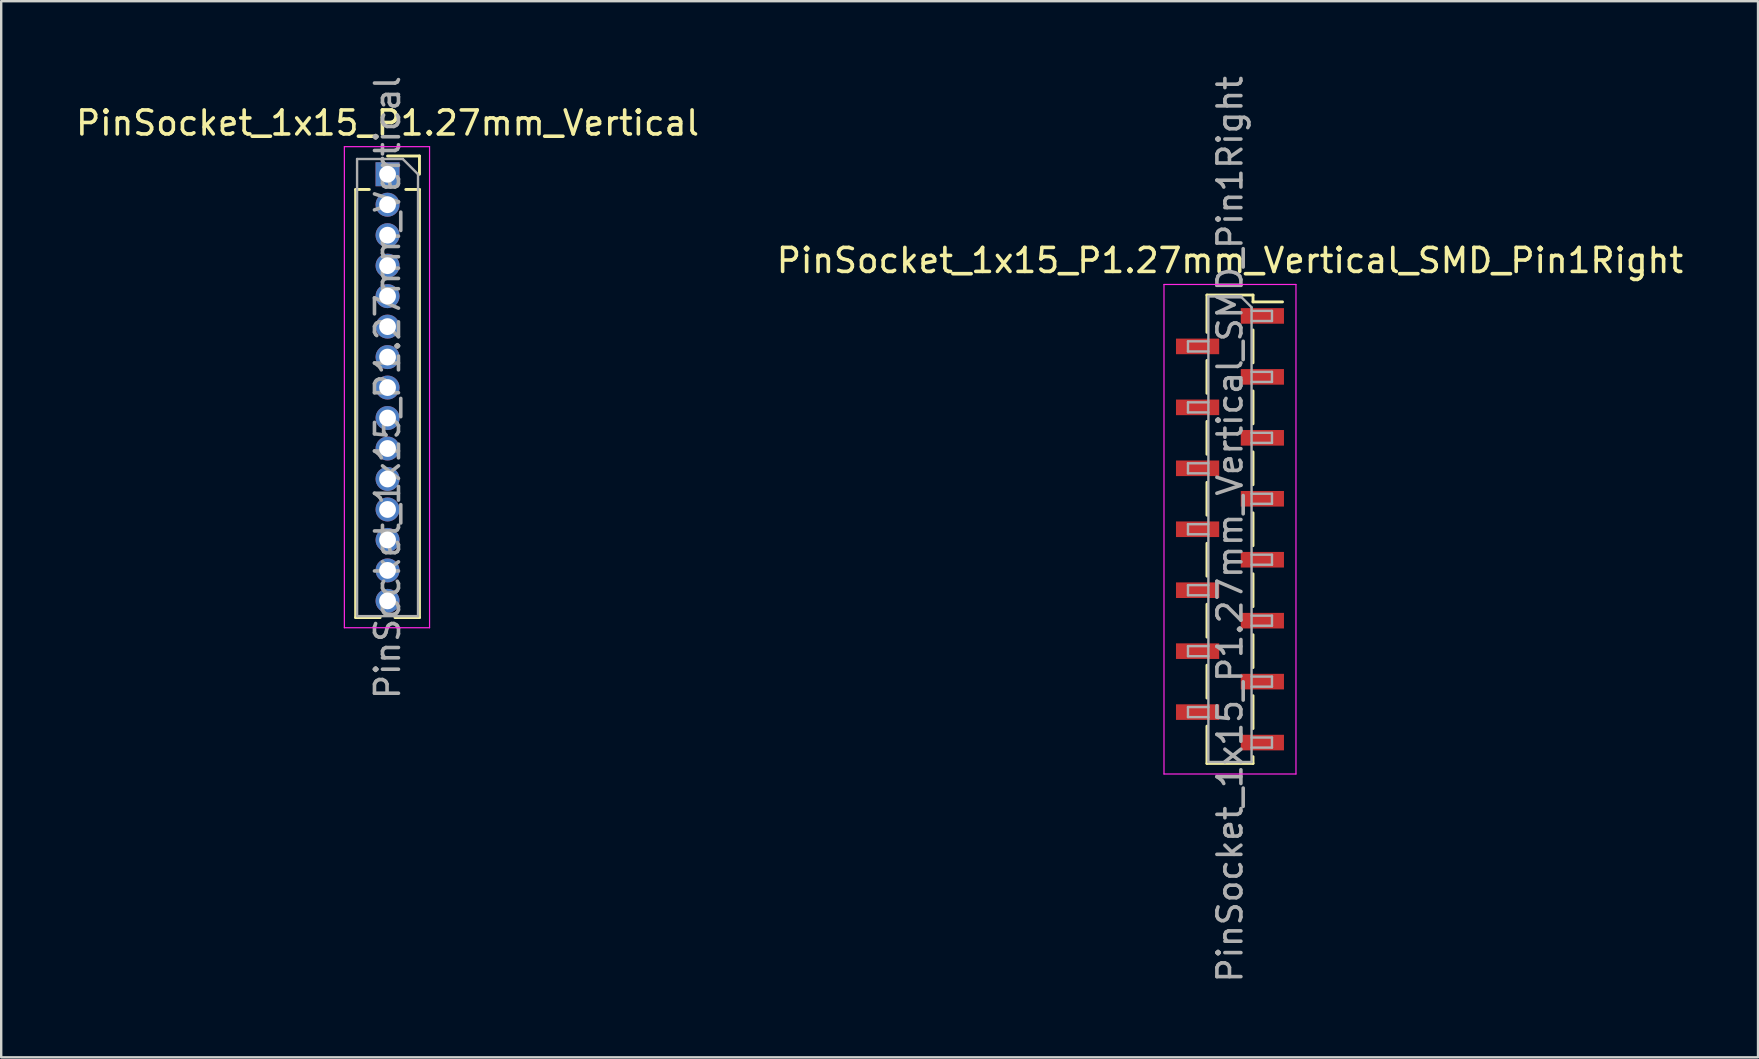
<source format=kicad_pcb>
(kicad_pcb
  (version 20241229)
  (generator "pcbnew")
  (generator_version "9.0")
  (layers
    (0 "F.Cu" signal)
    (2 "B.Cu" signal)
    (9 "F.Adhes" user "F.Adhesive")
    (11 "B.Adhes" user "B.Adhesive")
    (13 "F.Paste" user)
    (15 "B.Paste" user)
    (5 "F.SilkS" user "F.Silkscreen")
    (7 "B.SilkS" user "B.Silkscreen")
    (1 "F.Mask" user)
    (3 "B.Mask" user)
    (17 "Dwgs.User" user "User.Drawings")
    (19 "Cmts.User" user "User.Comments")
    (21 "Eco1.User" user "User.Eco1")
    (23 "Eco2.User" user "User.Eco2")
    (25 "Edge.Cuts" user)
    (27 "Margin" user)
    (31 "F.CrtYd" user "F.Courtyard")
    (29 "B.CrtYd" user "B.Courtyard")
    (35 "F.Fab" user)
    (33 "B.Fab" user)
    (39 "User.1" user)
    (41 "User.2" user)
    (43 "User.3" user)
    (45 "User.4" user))
  (footprint "PinSocket_1x15_P1.27mm_Vertical_SMD_Pin1Right"
    (layer "F.Cu")
    (at 48.208 19.006)
    (property "Reference" "PinSocket_1x15_P1.27mm_Vertical_SMD_Pin1Right" (at 0 -11.2 0) (layer "F.SilkS") (effects (font (size 1 1) (thickness 0.15))))
    (attr smd)
    (fp_line (start -0.96 -9.76) (end -0.96 -8.205) (stroke (width 0.12) (type solid)) (layer "F.SilkS"))
    (fp_line (start -0.96 -9.76) (end 0.96 -9.76) (stroke (width 0.12) (type solid)) (layer "F.SilkS"))
    (fp_line (start -0.96 -7.035) (end -0.96 -5.665) (stroke (width 0.12) (type solid)) (layer "F.SilkS"))
    (fp_line (start -0.96 -4.495) (end -0.96 -3.125) (stroke (width 0.12) (type solid)) (layer "F.SilkS"))
    (fp_line (start -0.96 -1.955) (end -0.96 -0.585) (stroke (width 0.12) (type solid)) (layer "F.SilkS"))
    (fp_line (start -0.96 0.585) (end -0.96 1.955) (stroke (width 0.12) (type solid)) (layer "F.SilkS"))
    (fp_line (start -0.96 3.125) (end -0.96 4.495) (stroke (width 0.12) (type solid)) (layer "F.SilkS"))
    (fp_line (start -0.96 5.665) (end -0.96 7.035) (stroke (width 0.12) (type solid)) (layer "F.SilkS"))
    (fp_line (start -0.96 8.205) (end -0.96 9.76) (stroke (width 0.12) (type solid)) (layer "F.SilkS"))
    (fp_line (start -0.96 9.76) (end 0.96 9.76) (stroke (width 0.12) (type solid)) (layer "F.SilkS"))
    (fp_line (start 0.96 -9.76) (end 0.96 -9.475) (stroke (width 0.12) (type solid)) (layer "F.SilkS"))
    (fp_line (start 0.96 -9.475) (end 2.19 -9.475) (stroke (width 0.12) (type solid)) (layer "F.SilkS"))
    (fp_line (start 0.96 -8.305) (end 0.96 -6.935) (stroke (width 0.12) (type solid)) (layer "F.SilkS"))
    (fp_line (start 0.96 -5.765) (end 0.96 -4.395) (stroke (width 0.12) (type solid)) (layer "F.SilkS"))
    (fp_line (start 0.96 -3.225) (end 0.96 -1.855) (stroke (width 0.12) (type solid)) (layer "F.SilkS"))
    (fp_line (start 0.96 -0.685) (end 0.96 0.685) (stroke (width 0.12) (type solid)) (layer "F.SilkS"))
    (fp_line (start 0.96 1.855) (end 0.96 3.225) (stroke (width 0.12) (type solid)) (layer "F.SilkS"))
    (fp_line (start 0.96 4.395) (end 0.96 5.765) (stroke (width 0.12) (type solid)) (layer "F.SilkS"))
    (fp_line (start 0.96 6.935) (end 0.96 8.305) (stroke (width 0.12) (type solid)) (layer "F.SilkS"))
    (fp_line (start 0.96 9.475) (end 0.96 9.76) (stroke (width 0.12) (type solid)) (layer "F.SilkS"))
    (fp_line (start -2.75 -10.2) (end 2.75 -10.2) (stroke (width 0.05) (type solid)) (layer "F.CrtYd"))
    (fp_line (start -2.75 10.2) (end -2.75 -10.2) (stroke (width 0.05) (type solid)) (layer "F.CrtYd"))
    (fp_line (start 2.75 -10.2) (end 2.75 10.2) (stroke (width 0.05) (type solid)) (layer "F.CrtYd"))
    (fp_line (start 2.75 10.2) (end -2.75 10.2) (stroke (width 0.05) (type solid)) (layer "F.CrtYd"))
    (fp_line (start -1.75 -7.83) (end -0.9 -7.83) (stroke (width 0.1) (type solid)) (layer "F.Fab"))
    (fp_line (start -1.75 -7.41) (end -1.75 -7.83) (stroke (width 0.1) (type solid)) (layer "F.Fab"))
    (fp_line (start -1.75 -5.29) (end -0.9 -5.29) (stroke (width 0.1) (type solid)) (layer "F.Fab"))
    (fp_line (start -1.75 -4.87) (end -1.75 -5.29) (stroke (width 0.1) (type solid)) (layer "F.Fab"))
    (fp_line (start -1.75 -2.75) (end -0.9 -2.75) (stroke (width 0.1) (type solid)) (layer "F.Fab"))
    (fp_line (start -1.75 -2.33) (end -1.75 -2.75) (stroke (width 0.1) (type solid)) (layer "F.Fab"))
    (fp_line (start -1.75 -0.21) (end -0.9 -0.21) (stroke (width 0.1) (type solid)) (layer "F.Fab"))
    (fp_line (start -1.75 0.21) (end -1.75 -0.21) (stroke (width 0.1) (type solid)) (layer "F.Fab"))
    (fp_line (start -1.75 2.33) (end -0.9 2.33) (stroke (width 0.1) (type solid)) (layer "F.Fab"))
    (fp_line (start -1.75 2.75) (end -1.75 2.33) (stroke (width 0.1) (type solid)) (layer "F.Fab"))
    (fp_line (start -1.75 4.87) (end -0.9 4.87) (stroke (width 0.1) (type solid)) (layer "F.Fab"))
    (fp_line (start -1.75 5.29) (end -1.75 4.87) (stroke (width 0.1) (type solid)) (layer "F.Fab"))
    (fp_line (start -1.75 7.41) (end -0.9 7.41) (stroke (width 0.1) (type solid)) (layer "F.Fab"))
    (fp_line (start -1.75 7.83) (end -1.75 7.41) (stroke (width 0.1) (type solid)) (layer "F.Fab"))
    (fp_line (start -0.9 -9.7) (end 0.45 -9.7) (stroke (width 0.1) (type solid)) (layer "F.Fab"))
    (fp_line (start -0.9 -7.41) (end -1.75 -7.41) (stroke (width 0.1) (type solid)) (layer "F.Fab"))
    (fp_line (start -0.9 -4.87) (end -1.75 -4.87) (stroke (width 0.1) (type solid)) (layer "F.Fab"))
    (fp_line (start -0.9 -2.33) (end -1.75 -2.33) (stroke (width 0.1) (type solid)) (layer "F.Fab"))
    (fp_line (start -0.9 0.21) (end -1.75 0.21) (stroke (width 0.1) (type solid)) (layer "F.Fab"))
    (fp_line (start -0.9 2.75) (end -1.75 2.75) (stroke (width 0.1) (type solid)) (layer "F.Fab"))
    (fp_line (start -0.9 5.29) (end -1.75 5.29) (stroke (width 0.1) (type solid)) (layer "F.Fab"))
    (fp_line (start -0.9 7.83) (end -1.75 7.83) (stroke (width 0.1) (type solid)) (layer "F.Fab"))
    (fp_line (start -0.9 9.7) (end -0.9 -9.7) (stroke (width 0.1) (type solid)) (layer "F.Fab"))
    (fp_line (start 0.45 -9.7) (end 0.9 -9.25) (stroke (width 0.1) (type solid)) (layer "F.Fab"))
    (fp_line (start 0.9 -9.25) (end 0.9 9.7) (stroke (width 0.1) (type solid)) (layer "F.Fab"))
    (fp_line (start 0.9 -9.1) (end 1.75 -9.1) (stroke (width 0.1) (type solid)) (layer "F.Fab"))
    (fp_line (start 0.9 -6.56) (end 1.75 -6.56) (stroke (width 0.1) (type solid)) (layer "F.Fab"))
    (fp_line (start 0.9 -4.02) (end 1.75 -4.02) (stroke (width 0.1) (type solid)) (layer "F.Fab"))
    (fp_line (start 0.9 -1.48) (end 1.75 -1.48) (stroke (width 0.1) (type solid)) (layer "F.Fab"))
    (fp_line (start 0.9 1.06) (end 1.75 1.06) (stroke (width 0.1) (type solid)) (layer "F.Fab"))
    (fp_line (start 0.9 3.6) (end 1.75 3.6) (stroke (width 0.1) (type solid)) (layer "F.Fab"))
    (fp_line (start 0.9 6.14) (end 1.75 6.14) (stroke (width 0.1) (type solid)) (layer "F.Fab"))
    (fp_line (start 0.9 8.68) (end 1.75 8.68) (stroke (width 0.1) (type solid)) (layer "F.Fab"))
    (fp_line (start 0.9 9.7) (end -0.9 9.7) (stroke (width 0.1) (type solid)) (layer "F.Fab"))
    (fp_line (start 1.75 -9.1) (end 1.75 -8.68) (stroke (width 0.1) (type solid)) (layer "F.Fab"))
    (fp_line (start 1.75 -8.68) (end 0.9 -8.68) (stroke (width 0.1) (type solid)) (layer "F.Fab"))
    (fp_line (start 1.75 -6.56) (end 1.75 -6.14) (stroke (width 0.1) (type solid)) (layer "F.Fab"))
    (fp_line (start 1.75 -6.14) (end 0.9 -6.14) (stroke (width 0.1) (type solid)) (layer "F.Fab"))
    (fp_line (start 1.75 -4.02) (end 1.75 -3.6) (stroke (width 0.1) (type solid)) (layer "F.Fab"))
    (fp_line (start 1.75 -3.6) (end 0.9 -3.6) (stroke (width 0.1) (type solid)) (layer "F.Fab"))
    (fp_line (start 1.75 -1.48) (end 1.75 -1.06) (stroke (width 0.1) (type solid)) (layer "F.Fab"))
    (fp_line (start 1.75 -1.06) (end 0.9 -1.06) (stroke (width 0.1) (type solid)) (layer "F.Fab"))
    (fp_line (start 1.75 1.06) (end 1.75 1.48) (stroke (width 0.1) (type solid)) (layer "F.Fab"))
    (fp_line (start 1.75 1.48) (end 0.9 1.48) (stroke (width 0.1) (type solid)) (layer "F.Fab"))
    (fp_line (start 1.75 3.6) (end 1.75 4.02) (stroke (width 0.1) (type solid)) (layer "F.Fab"))
    (fp_line (start 1.75 4.02) (end 0.9 4.02) (stroke (width 0.1) (type solid)) (layer "F.Fab"))
    (fp_line (start 1.75 6.14) (end 1.75 6.56) (stroke (width 0.1) (type solid)) (layer "F.Fab"))
    (fp_line (start 1.75 6.56) (end 0.9 6.56) (stroke (width 0.1) (type solid)) (layer "F.Fab"))
    (fp_line (start 1.75 8.68) (end 1.75 9.1) (stroke (width 0.1) (type solid)) (layer "F.Fab"))
    (fp_line (start 1.75 9.1) (end 0.9 9.1) (stroke (width 0.1) (type solid)) (layer "F.Fab"))
    (fp_text user "${REFERENCE}" (at 0 0 90) (layer "F.Fab") (effects (font (size 1 1) (thickness 0.15))))
    (pad "1" smd rect (at 1.35 -8.89) (size 1.8 0.65) (layers "F.Cu" "F.Mask" "F.Paste"))
    (pad "2" smd rect (at -1.35 -7.62) (size 1.8 0.65) (layers "F.Cu" "F.Mask" "F.Paste"))
    (pad "3" smd rect (at 1.35 -6.35) (size 1.8 0.65) (layers "F.Cu" "F.Mask" "F.Paste"))
    (pad "4" smd rect (at -1.35 -5.08) (size 1.8 0.65) (layers "F.Cu" "F.Mask" "F.Paste"))
    (pad "5" smd rect (at 1.35 -3.81) (size 1.8 0.65) (layers "F.Cu" "F.Mask" "F.Paste"))
    (pad "6" smd rect (at -1.35 -2.54) (size 1.8 0.65) (layers "F.Cu" "F.Mask" "F.Paste"))
    (pad "7" smd rect (at 1.35 -1.27) (size 1.8 0.65) (layers "F.Cu" "F.Mask" "F.Paste"))
    (pad "8" smd rect (at -1.35 0) (size 1.8 0.65) (layers "F.Cu" "F.Mask" "F.Paste"))
    (pad "9" smd rect (at 1.35 1.27) (size 1.8 0.65) (layers "F.Cu" "F.Mask" "F.Paste"))
    (pad "10" smd rect (at -1.35 2.54) (size 1.8 0.65) (layers "F.Cu" "F.Mask" "F.Paste"))
    (pad "11" smd rect (at 1.35 3.81) (size 1.8 0.65) (layers "F.Cu" "F.Mask" "F.Paste"))
    (pad "12" smd rect (at -1.35 5.08) (size 1.8 0.65) (layers "F.Cu" "F.Mask" "F.Paste"))
    (pad "13" smd rect (at 1.35 6.35) (size 1.8 0.65) (layers "F.Cu" "F.Mask" "F.Paste"))
    (pad "14" smd rect (at -1.35 7.62) (size 1.8 0.65) (layers "F.Cu" "F.Mask" "F.Paste"))
    (pad "15" smd rect (at 1.35 8.89) (size 1.8 0.65) (layers "F.Cu" "F.Mask" "F.Paste")))
  (footprint "PinSocket_1x15_P1.27mm_Vertical"
    (layer "F.Cu")
    (at 13.101 4.211)
    (property "Reference" "PinSocket_1x15_P1.27mm_Vertical" (at 0 -2.135 0) (layer "F.SilkS") (effects (font (size 1 1) (thickness 0.15))))
    (attr through_hole)
    (fp_line (start -1.33 0.635) (end -1.33 18.475) (stroke (width 0.12) (type solid)) (layer "F.SilkS"))
    (fp_line (start -1.33 0.635) (end -0.76 0.635) (stroke (width 0.12) (type solid)) (layer "F.SilkS"))
    (fp_line (start -1.33 18.475) (end -0.308 18.475) (stroke (width 0.12) (type solid)) (layer "F.SilkS"))
    (fp_line (start 0 -0.76) (end 1.33 -0.76) (stroke (width 0.12) (type solid)) (layer "F.SilkS"))
    (fp_line (start 0.308 18.475) (end 1.33 18.475) (stroke (width 0.12) (type solid)) (layer "F.SilkS"))
    (fp_line (start 0.76 0.635) (end 1.33 0.635) (stroke (width 0.12) (type solid)) (layer "F.SilkS"))
    (fp_line (start 1.33 -0.76) (end 1.33 0) (stroke (width 0.12) (type solid)) (layer "F.SilkS"))
    (fp_line (start 1.33 0.635) (end 1.33 18.475) (stroke (width 0.12) (type solid)) (layer "F.SilkS"))
    (fp_line (start -1.8 -1.15) (end 1.75 -1.15) (stroke (width 0.05) (type solid)) (layer "F.CrtYd"))
    (fp_line (start -1.8 18.9) (end -1.8 -1.15) (stroke (width 0.05) (type solid)) (layer "F.CrtYd"))
    (fp_line (start 1.75 -1.15) (end 1.75 18.9) (stroke (width 0.05) (type solid)) (layer "F.CrtYd"))
    (fp_line (start 1.75 18.9) (end -1.8 18.9) (stroke (width 0.05) (type solid)) (layer "F.CrtYd"))
    (fp_line (start -1.27 -0.635) (end 0.635 -0.635) (stroke (width 0.1) (type solid)) (layer "F.Fab"))
    (fp_line (start -1.27 18.415) (end -1.27 -0.635) (stroke (width 0.1) (type solid)) (layer "F.Fab"))
    (fp_line (start 0.635 -0.635) (end 1.27 0) (stroke (width 0.1) (type solid)) (layer "F.Fab"))
    (fp_line (start 1.27 0) (end 1.27 18.415) (stroke (width 0.1) (type solid)) (layer "F.Fab"))
    (fp_line (start 1.27 18.415) (end -1.27 18.415) (stroke (width 0.1) (type solid)) (layer "F.Fab"))
    (fp_text user "${REFERENCE}" (at 0 8.89 90) (layer "F.Fab") (effects (font (size 1 1) (thickness 0.15))))
    (pad "1" thru_hole rect (at 0 0) (size 1 1) (drill 0.7) (layers "*.Cu" "*.Mask"))
    (pad "2" thru_hole oval (at 0 1.27) (size 1 1) (drill 0.7) (layers "*.Cu" "*.Mask"))
    (pad "3" thru_hole oval (at 0 2.54) (size 1 1) (drill 0.7) (layers "*.Cu" "*.Mask"))
    (pad "4" thru_hole oval (at 0 3.81) (size 1 1) (drill 0.7) (layers "*.Cu" "*.Mask"))
    (pad "5" thru_hole oval (at 0 5.08) (size 1 1) (drill 0.7) (layers "*.Cu" "*.Mask"))
    (pad "6" thru_hole oval (at 0 6.35) (size 1 1) (drill 0.7) (layers "*.Cu" "*.Mask"))
    (pad "7" thru_hole oval (at 0 7.62) (size 1 1) (drill 0.7) (layers "*.Cu" "*.Mask"))
    (pad "8" thru_hole oval (at 0 8.89) (size 1 1) (drill 0.7) (layers "*.Cu" "*.Mask"))
    (pad "9" thru_hole oval (at 0 10.16) (size 1 1) (drill 0.7) (layers "*.Cu" "*.Mask"))
    (pad "10" thru_hole oval (at 0 11.43) (size 1 1) (drill 0.7) (layers "*.Cu" "*.Mask"))
    (pad "11" thru_hole oval (at 0 12.7) (size 1 1) (drill 0.7) (layers "*.Cu" "*.Mask"))
    (pad "12" thru_hole oval (at 0 13.97) (size 1 1) (drill 0.7) (layers "*.Cu" "*.Mask"))
    (pad "13" thru_hole oval (at 0 15.24) (size 1 1) (drill 0.7) (layers "*.Cu" "*.Mask"))
    (pad "14" thru_hole oval (at 0 16.51) (size 1 1) (drill 0.7) (layers "*.Cu" "*.Mask"))
    (pad "15" thru_hole oval (at 0 17.78) (size 1 1) (drill 0.7) (layers "*.Cu" "*.Mask")))
  (gr_rect
    (start -3 -3)
    (end 70.214 41.012)
    (stroke (width 0.1) (type default))
    (fill no)
    (layer "Edge.Cuts")))
</source>
